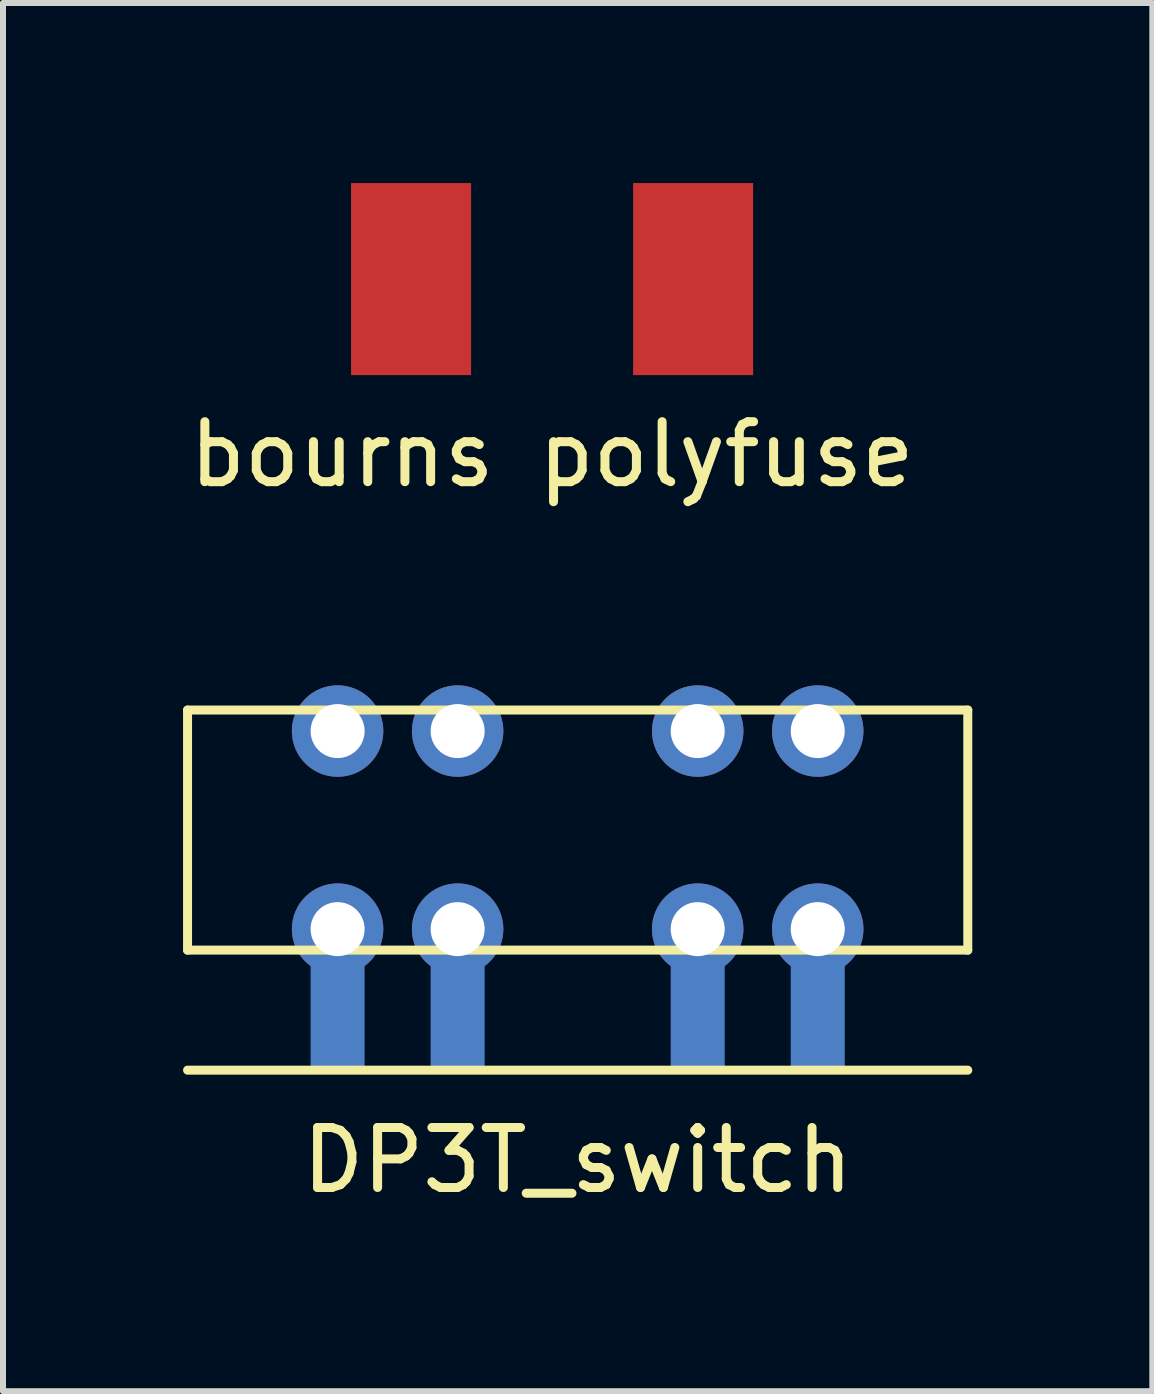
<source format=kicad_pcb>
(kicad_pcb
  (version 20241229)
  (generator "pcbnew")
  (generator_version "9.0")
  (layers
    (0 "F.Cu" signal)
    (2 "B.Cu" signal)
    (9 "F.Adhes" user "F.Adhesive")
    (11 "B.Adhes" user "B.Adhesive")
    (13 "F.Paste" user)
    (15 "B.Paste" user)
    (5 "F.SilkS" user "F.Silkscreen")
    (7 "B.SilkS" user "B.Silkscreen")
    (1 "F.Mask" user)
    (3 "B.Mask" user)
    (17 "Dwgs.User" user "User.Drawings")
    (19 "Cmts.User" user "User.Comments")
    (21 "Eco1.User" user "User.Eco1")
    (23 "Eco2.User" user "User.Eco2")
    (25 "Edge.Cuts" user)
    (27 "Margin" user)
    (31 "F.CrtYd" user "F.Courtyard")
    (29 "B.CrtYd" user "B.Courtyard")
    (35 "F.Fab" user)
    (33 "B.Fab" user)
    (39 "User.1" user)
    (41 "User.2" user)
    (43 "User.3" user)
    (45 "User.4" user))
  (footprint "bourns polyfuse"
    (layer "F.Cu")
    (at 6.149 1.6)
    (property "Reference" "bourns polyfuse" (at 0 2.921 0) (layer "F.SilkS") (effects (font (size 1 1) (thickness 0.15))))
    (attr through_hole)
    (pad "1" smd rect (at -2.35 0) (size 2 3.2) (layers "F.Cu" "F.Mask" "F.Paste"))
    (pad "2" smd rect (at 2.35 0) (size 2 3.2) (layers "F.Cu" "F.Mask" "F.Paste")))
  (footprint "DP3T_switch"
    (layer "F.Cu")
    (at 6.575 10.781)
    (property "Reference" "DP3T_switch" (at 0 5.5 0) (layer "F.SilkS") (effects (font (size 1 1) (thickness 0.15))))
    (attr through_hole)
    (fp_line (start -6.5 -2) (end 6.5 -2) (stroke (width 0.15) (type solid)) (layer "F.SilkS"))
    (fp_line (start -6.5 2) (end -6.5 -2) (stroke (width 0.15) (type solid)) (layer "F.SilkS"))
    (fp_line (start -6.5 4) (end 6.5 4) (stroke (width 0.15) (type solid)) (layer "F.SilkS"))
    (fp_line (start 6.5 -2) (end 6.5 2) (stroke (width 0.15) (type solid)) (layer "F.SilkS"))
    (fp_line (start 6.5 2) (end -6.5 2) (stroke (width 0.15) (type solid)) (layer "F.SilkS"))
    (pad "1" thru_hole circle (at -4 1.65) (size 1.524 1.524) (drill 0.9) (layers "*.Cu" "*.Mask"))
    (pad "1" smd rect (at -4 3) (size 0.9 2) (layers "F.Mask" "B.Cu" "F.Paste"))
    (pad "2" thru_hole circle (at -2 1.65) (size 1.524 1.524) (drill 0.9) (layers "*.Cu" "*.Mask"))
    (pad "2" smd rect (at -2 3) (size 0.9 2) (layers "F.Mask" "B.Cu" "F.Paste"))
    (pad "3" thru_hole circle (at 2 1.65) (size 1.524 1.524) (drill 0.9) (layers "*.Cu" "*.Mask"))
    (pad "3" smd rect (at 2 3) (size 0.9 2) (layers "F.Mask" "B.Cu" "F.Paste"))
    (pad "4" thru_hole circle (at 4 1.65) (size 1.524 1.524) (drill 0.9) (layers "*.Cu" "*.Mask"))
    (pad "4" smd rect (at 4 3) (size 0.9 2) (layers "F.Mask" "B.Cu" "F.Paste"))
    (pad "5" thru_hole circle (at -4 -1.65) (size 1.524 1.524) (drill 0.9) (layers "*.Cu" "*.Mask"))
    (pad "6" thru_hole circle (at -2 -1.65) (size 1.524 1.524) (drill 0.9) (layers "*.Cu" "*.Mask"))
    (pad "7" thru_hole circle (at 2 -1.65) (size 1.524 1.524) (drill 0.9) (layers "*.Cu" "*.Mask"))
    (pad "8" thru_hole circle (at 4 -1.65) (size 1.524 1.524) (drill 0.9) (layers "*.Cu" "*.Mask")))
  (gr_rect
    (start -3 -3)
    (end 16.15 20.13)
    (stroke (width 0.1) (type default))
    (fill no)
    (layer "Edge.Cuts")))
</source>
